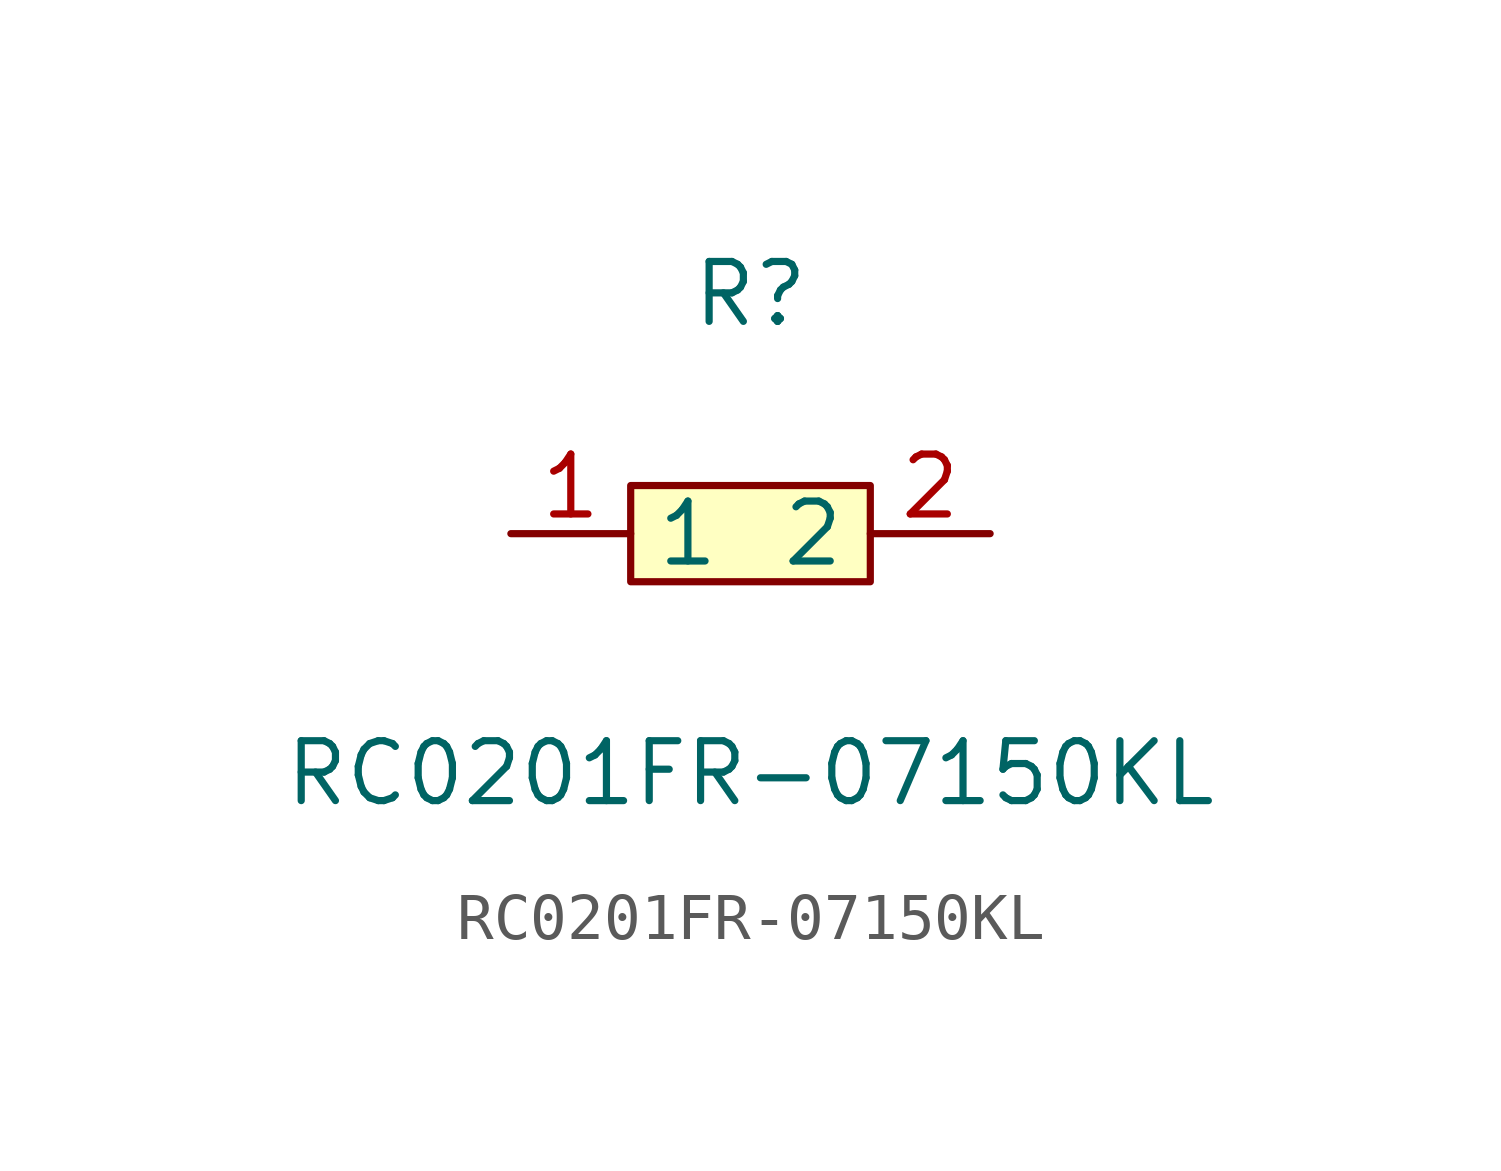
<source format=kicad_sym>
(kicad_symbol_lib
  (version 1)
  (generator "faebryk")
  (symbol "RC0201FR-07150KL"
    (property "Reference" "R"
      (at 0 5.08 0)
      (effects (font (size 1.27 1.27)) (hide no)))
    (property "Value" "RC0201FR-07150KL"
      (at 0 -5.08 0)
      (effects (font (size 1.27 1.27)) (hide no)))
    (symbol "RC0201FR-07150KL_0_1"
      (rectangle (start -2.54 1.02) (end 2.54 -1.02) (stroke (width 0) (type default) (color 0 0 0 0)) (fill (type background)))
      (pin unspecified line (at 5.08 0 180) (length 2.54) (name "2" (effects (font (size 1.27 1.27)) (hide no))) (number "2" (effects (font (size 1.27 1.27)) (hide no))))
      (pin unspecified line (at -5.08 0 0) (length 2.54) (name "1" (effects (font (size 1.27 1.27)) (hide no))) (number "1" (effects (font (size 1.27 1.27)) (hide no)))))))
</source>
